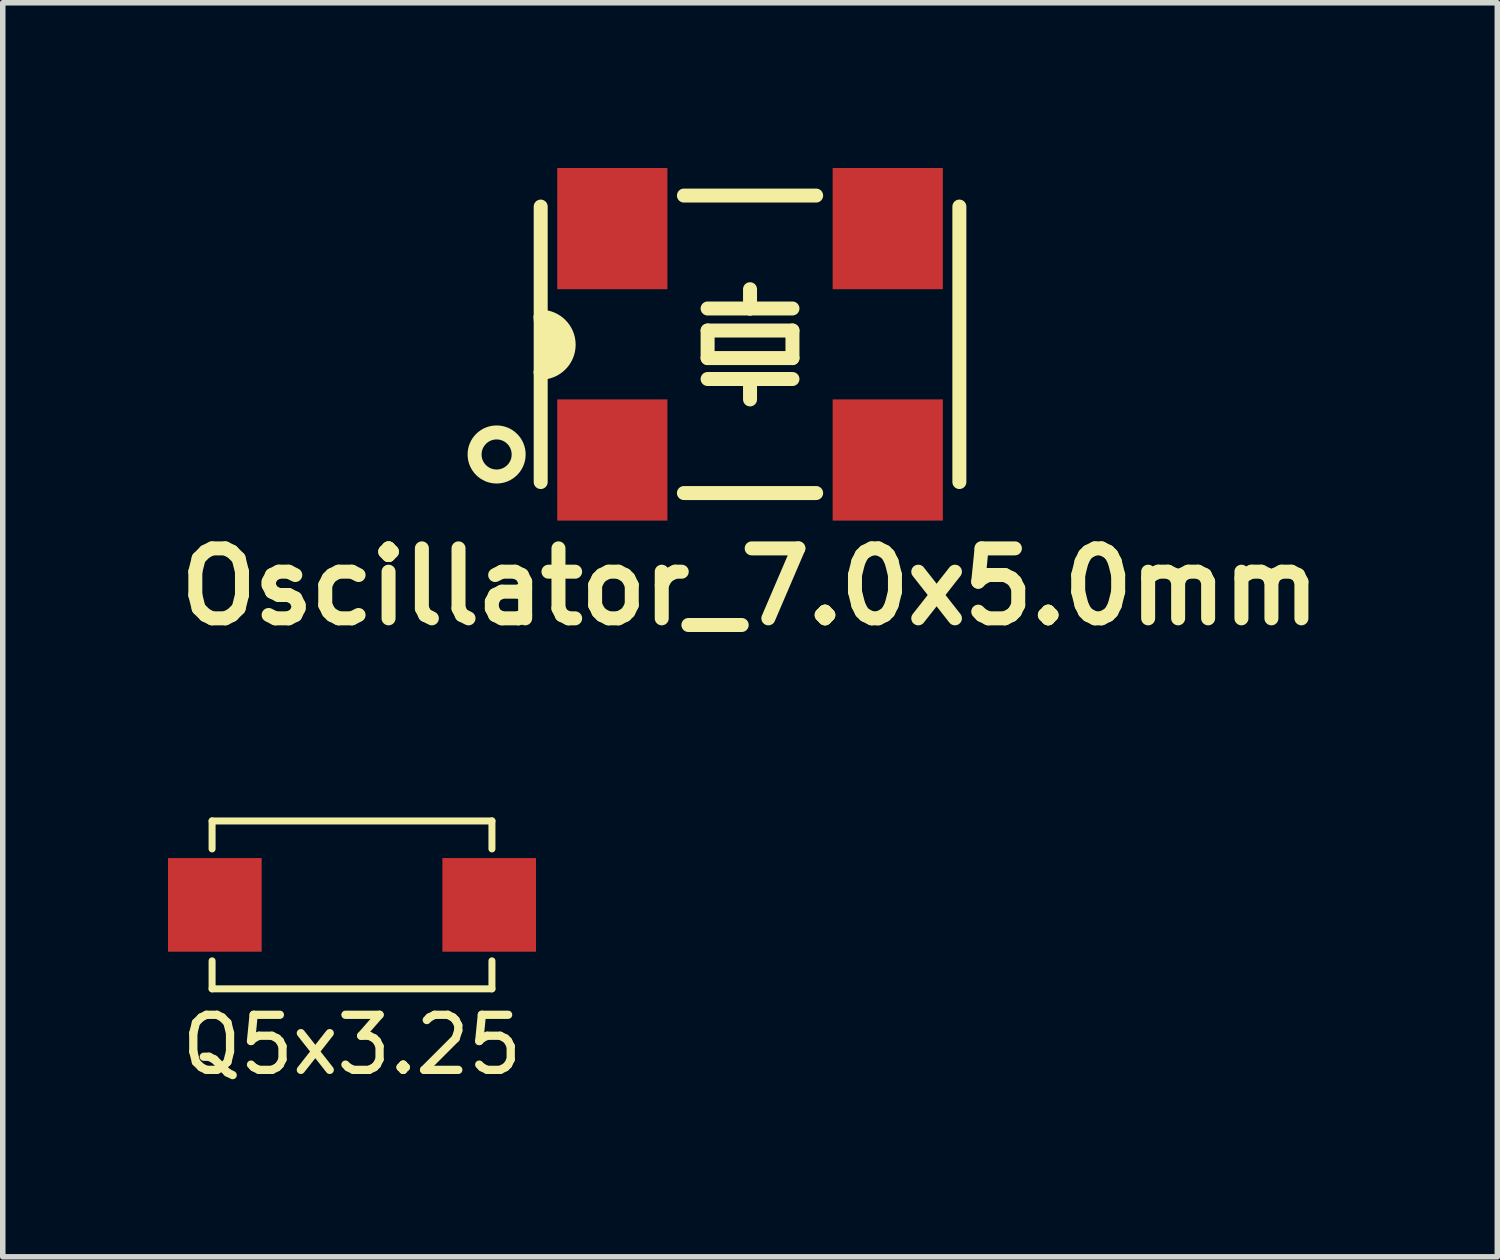
<source format=kicad_pcb>
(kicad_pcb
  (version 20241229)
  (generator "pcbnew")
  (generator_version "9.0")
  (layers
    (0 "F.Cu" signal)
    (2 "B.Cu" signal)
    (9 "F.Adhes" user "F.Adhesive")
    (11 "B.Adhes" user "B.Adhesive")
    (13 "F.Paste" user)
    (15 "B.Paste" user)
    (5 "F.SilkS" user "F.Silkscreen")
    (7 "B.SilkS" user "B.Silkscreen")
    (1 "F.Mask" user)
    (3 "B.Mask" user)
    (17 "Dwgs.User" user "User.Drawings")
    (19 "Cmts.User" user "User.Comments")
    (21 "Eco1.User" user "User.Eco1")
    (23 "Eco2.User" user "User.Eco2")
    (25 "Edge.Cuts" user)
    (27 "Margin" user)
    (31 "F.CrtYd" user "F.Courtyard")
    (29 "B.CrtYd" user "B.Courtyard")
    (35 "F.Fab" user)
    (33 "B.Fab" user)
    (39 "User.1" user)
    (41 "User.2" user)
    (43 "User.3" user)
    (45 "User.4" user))
  (footprint "Oscillator_7.0x5.0mm"
    (layer "F.Cu")
    (at 10.565 3.2)
    (property "Reference" "Oscillator_7.0x5.0mm" (at 0 4.4 0) (layer "F.SilkS") (effects (font (size 1.27 1.27) (thickness 0.254))))
    (attr smd)
    (fp_line (start -3.8 -2.5) (end -3.8 -0.45) (stroke (width 0.254) (type solid)) (layer "F.SilkS"))
    (fp_line (start -3.8 -0.5) (end -3.8 0.5) (stroke (width 0.254) (type solid)) (layer "F.SilkS"))
    (fp_line (start -3.8 0.5) (end -3.8 2.5) (stroke (width 0.254) (type solid)) (layer "F.SilkS"))
    (fp_line (start -3.6 -0.4) (end -3.6 0.4) (stroke (width 0.254) (type solid)) (layer "F.SilkS"))
    (fp_line (start -3.4 -0.2) (end -3.4 0.2) (stroke (width 0.254) (type solid)) (layer "F.SilkS"))
    (fp_line (start -1.2 2.7) (end 1.2 2.7) (stroke (width 0.254) (type solid)) (layer "F.SilkS"))
    (fp_line (start -0.77 -0.65) (end 0 -0.65) (stroke (width 0.254) (type solid)) (layer "F.SilkS"))
    (fp_line (start -0.77 -0.25) (end -0.77 0.25) (stroke (width 0.254) (type solid)) (layer "F.SilkS"))
    (fp_line (start -0.77 0.25) (end 0.77 0.25) (stroke (width 0.254) (type solid)) (layer "F.SilkS"))
    (fp_line (start -0.77 0.63) (end 0 0.63) (stroke (width 0.254) (type solid)) (layer "F.SilkS"))
    (fp_line (start 0 -0.65) (end 0 -1) (stroke (width 0.254) (type solid)) (layer "F.SilkS"))
    (fp_line (start 0 -0.65) (end 0.77 -0.65) (stroke (width 0.254) (type solid)) (layer "F.SilkS"))
    (fp_line (start 0 0.63) (end 0 1) (stroke (width 0.254) (type solid)) (layer "F.SilkS"))
    (fp_line (start 0 0.63) (end 0.77 0.63) (stroke (width 0.254) (type solid)) (layer "F.SilkS"))
    (fp_line (start 0.77 -0.25) (end -0.77 -0.25) (stroke (width 0.254) (type solid)) (layer "F.SilkS"))
    (fp_line (start 0.77 0.25) (end 0.77 -0.25) (stroke (width 0.254) (type solid)) (layer "F.SilkS"))
    (fp_line (start 1.2 -2.7) (end -1.2 -2.7) (stroke (width 0.254) (type solid)) (layer "F.SilkS"))
    (fp_line (start 3.8 2.5) (end 3.8 -2.5) (stroke (width 0.254) (type solid)) (layer "F.SilkS"))
    (fp_arc (start -3.8 -0.5) (mid -3.29238 0.00762) (end -3.8 0.51524) (stroke (width 0.254) (type solid)) (layer "F.SilkS"))
    (fp_circle (center -4.6 2) (end -5 2) (stroke (width 0.254) (type solid)) (fill no) (layer "F.SilkS"))
    (pad "1" smd rect (at -2.5 2.1) (size 2 2.2) (layers "F.Cu" "F.Mask" "F.Paste"))
    (pad "2" smd rect (at 2.5 2.1) (size 2 2.2) (layers "F.Cu" "F.Mask" "F.Paste"))
    (pad "3" smd rect (at 2.5 -2.1) (size 2 2.2) (layers "F.Cu" "F.Mask" "F.Paste"))
    (pad "4" smd rect (at -2.5 -2.1) (size 2 2.2) (layers "F.Cu" "F.Mask" "F.Paste")))
  (footprint "Q5x3.25"
    (layer "F.Cu")
    (at 3.34 13.376)
    (property "Reference" "Q5x3.25" (at 0 2.54 0) (layer "F.SilkS") (effects (font (size 1 1) (thickness 0.15))))
    (attr smd)
    (fp_line (start -2.54 -1.524) (end 2.54 -1.524) (stroke (width 0.127) (type solid)) (layer "F.SilkS"))
    (fp_line (start -2.54 -1.016) (end -2.54 -1.524) (stroke (width 0.127) (type solid)) (layer "F.SilkS"))
    (fp_line (start -2.54 1.524) (end -2.54 1.016) (stroke (width 0.127) (type solid)) (layer "F.SilkS"))
    (fp_line (start 2.54 -1.524) (end 2.54 -1.016) (stroke (width 0.127) (type solid)) (layer "F.SilkS"))
    (fp_line (start 2.54 1.016) (end 2.54 1.524) (stroke (width 0.127) (type solid)) (layer "F.SilkS"))
    (fp_line (start 2.54 1.524) (end -2.54 1.524) (stroke (width 0.127) (type solid)) (layer "F.SilkS"))
    (pad "1" smd rect (at -2.49 0) (size 1.7 1.7) (layers "F.Cu" "F.Mask" "F.Paste"))
    (pad "2" smd rect (at 2.49 0) (size 1.7 1.7) (layers "F.Cu" "F.Mask" "F.Paste")))
  (gr_rect
    (start -3 -3)
    (end 24.13 19.764)
    (stroke (width 0.1) (type default))
    (fill no)
    (layer "Edge.Cuts")))
</source>
